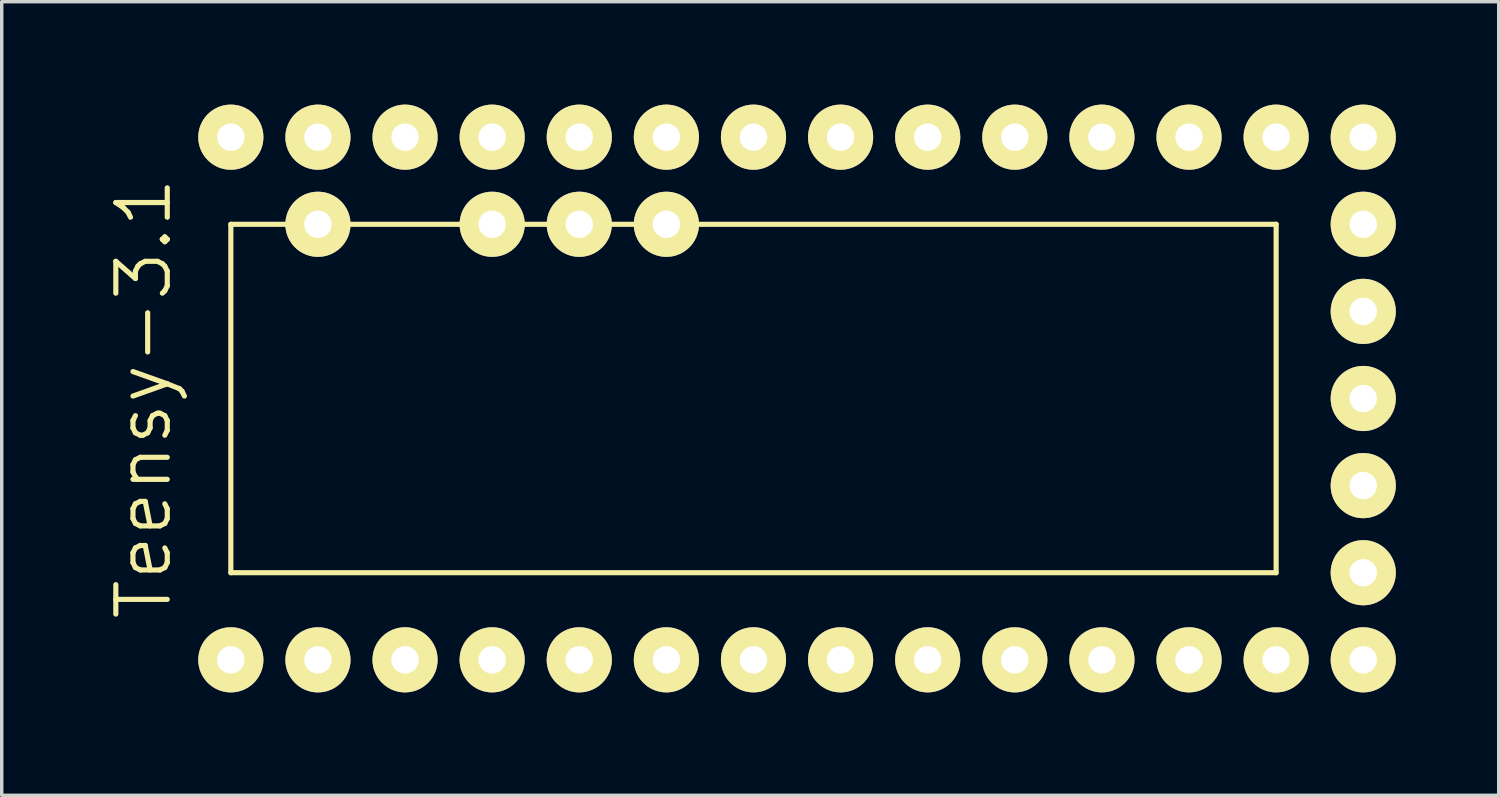
<source format=kicad_pcb>
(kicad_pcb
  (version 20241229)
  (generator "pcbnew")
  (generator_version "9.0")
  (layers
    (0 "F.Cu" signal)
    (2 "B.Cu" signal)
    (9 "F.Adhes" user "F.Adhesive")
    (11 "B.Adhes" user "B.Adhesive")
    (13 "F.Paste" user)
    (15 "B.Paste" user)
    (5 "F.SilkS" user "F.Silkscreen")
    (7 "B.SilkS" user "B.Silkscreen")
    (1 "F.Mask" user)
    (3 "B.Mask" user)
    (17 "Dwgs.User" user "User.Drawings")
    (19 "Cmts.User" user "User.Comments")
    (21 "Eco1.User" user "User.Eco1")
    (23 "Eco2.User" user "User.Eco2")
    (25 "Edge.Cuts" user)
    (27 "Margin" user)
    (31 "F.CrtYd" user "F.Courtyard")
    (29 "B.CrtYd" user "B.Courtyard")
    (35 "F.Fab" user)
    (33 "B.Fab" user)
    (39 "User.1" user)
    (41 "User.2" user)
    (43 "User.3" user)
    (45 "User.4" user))
  (footprint "Teensy-3.1"
    (layer "F.Cu")
    (at 6.221 16.19)
    (property "Reference" "Teensy-3.1" (at -5.08 -7.62 90) (layer "F.SilkS") (effects (font (size 1.5 1.5) (thickness 0.15))))
    (attr through_hole)
    (fp_line (start -2.54 -12.7) (end 27.94 -12.7) (stroke (width 0.15) (type solid)) (layer "F.SilkS"))
    (fp_line (start -2.54 -2.54) (end -2.54 -12.7) (stroke (width 0.15) (type solid)) (layer "F.SilkS"))
    (fp_line (start 27.94 -12.7) (end 27.94 -2.54) (stroke (width 0.15) (type solid)) (layer "F.SilkS"))
    (fp_line (start 27.94 -2.54) (end -2.54 -2.54) (stroke (width 0.15) (type solid)) (layer "F.SilkS"))
    (pad "0" thru_hole circle (at 0 0) (size 1.9 1.9) (drill 0.8) (layers "*.Cu" "*.Mask" "F.SilkS"))
    (pad "1" thru_hole circle (at 2.54 0) (size 1.9 1.9) (drill 0.8) (layers "*.Cu" "*.Mask" "F.SilkS"))
    (pad "2" thru_hole circle (at 5.08 0) (size 1.9 1.9) (drill 0.8) (layers "*.Cu" "*.Mask" "F.SilkS"))
    (pad "3" thru_hole circle (at 7.62 0) (size 1.9 1.9) (drill 0.8) (layers "*.Cu" "*.Mask" "F.SilkS"))
    (pad "4" thru_hole circle (at 10.16 0) (size 1.9 1.9) (drill 0.8) (layers "*.Cu" "*.Mask" "F.SilkS"))
    (pad "5" thru_hole circle (at 12.7 0) (size 1.9 1.9) (drill 0.8) (layers "*.Cu" "*.Mask" "F.SilkS"))
    (pad "6" thru_hole circle (at 15.24 0) (size 1.9 1.9) (drill 0.8) (layers "*.Cu" "*.Mask" "F.SilkS"))
    (pad "7" thru_hole circle (at 17.78 0) (size 1.9 1.9) (drill 0.8) (layers "*.Cu" "*.Mask" "F.SilkS"))
    (pad "8" thru_hole circle (at 20.32 0) (size 1.9 1.9) (drill 0.8) (layers "*.Cu" "*.Mask" "F.SilkS"))
    (pad "9" thru_hole circle (at 22.86 0) (size 1.9 1.9) (drill 0.8) (layers "*.Cu" "*.Mask" "F.SilkS"))
    (pad "10" thru_hole circle (at 25.4 0) (size 1.9 1.9) (drill 0.8) (layers "*.Cu" "*.Mask" "F.SilkS"))
    (pad "11" thru_hole circle (at 27.94 0) (size 1.9 1.9) (drill 0.8) (layers "*.Cu" "*.Mask" "F.SilkS"))
    (pad "12" thru_hole circle (at 30.48 0) (size 1.9 1.9) (drill 0.8) (layers "*.Cu" "*.Mask" "F.SilkS"))
    (pad "13" thru_hole circle (at 30.48 -15.24) (size 1.9 1.9) (drill 0.8) (layers "*.Cu" "*.Mask" "F.SilkS"))
    (pad "14" thru_hole circle (at 27.94 -15.24) (size 1.9 1.9) (drill 0.8) (layers "*.Cu" "*.Mask" "F.SilkS"))
    (pad "15" thru_hole circle (at 25.4 -15.24) (size 1.9 1.9) (drill 0.8) (layers "*.Cu" "*.Mask" "F.SilkS"))
    (pad "16" thru_hole circle (at 22.86 -15.24) (size 1.9 1.9) (drill 0.8) (layers "*.Cu" "*.Mask" "F.SilkS"))
    (pad "17" thru_hole circle (at 20.32 -15.24) (size 1.9 1.9) (drill 0.8) (layers "*.Cu" "*.Mask" "F.SilkS"))
    (pad "18" thru_hole circle (at 17.78 -15.24) (size 1.9 1.9) (drill 0.8) (layers "*.Cu" "*.Mask" "F.SilkS"))
    (pad "19" thru_hole circle (at 15.24 -15.24) (size 1.9 1.9) (drill 0.8) (layers "*.Cu" "*.Mask" "F.SilkS"))
    (pad "20" thru_hole circle (at 12.7 -15.24) (size 1.9 1.9) (drill 0.8) (layers "*.Cu" "*.Mask" "F.SilkS"))
    (pad "21" thru_hole circle (at 10.16 -15.24) (size 1.9 1.9) (drill 0.8) (layers "*.Cu" "*.Mask" "F.SilkS"))
    (pad "22" thru_hole circle (at 7.62 -15.24) (size 1.9 1.9) (drill 0.8) (layers "*.Cu" "*.Mask" "F.SilkS"))
    (pad "23" thru_hole circle (at 5.08 -15.24) (size 1.9 1.9) (drill 0.8) (layers "*.Cu" "*.Mask" "F.SilkS"))
    (pad "24" thru_hole circle (at 2.54 -15.24) (size 1.9 1.9) (drill 0.8) (layers "*.Cu" "*.Mask" "F.SilkS"))
    (pad "25" thru_hole circle (at 0 -15.24) (size 1.9 1.9) (drill 0.8) (layers "*.Cu" "*.Mask" "F.SilkS"))
    (pad "26" thru_hole circle (at -2.54 -15.24) (size 1.9 1.9) (drill 0.8) (layers "*.Cu" "*.Mask" "F.SilkS"))
    (pad "27" thru_hole circle (at -2.54 0) (size 1.9 1.9) (drill 0.8) (layers "*.Cu" "*.Mask" "F.SilkS"))
    (pad "28" thru_hole circle (at 30.48 -12.7) (size 1.9 1.9) (drill 0.8) (layers "*.Cu" "*.Mask" "F.SilkS"))
    (pad "29" thru_hole circle (at 30.48 -10.16) (size 1.9 1.9) (drill 0.8) (layers "*.Cu" "*.Mask" "F.SilkS"))
    (pad "30" thru_hole circle (at 30.48 -7.62) (size 1.9 1.9) (drill 0.8) (layers "*.Cu" "*.Mask" "F.SilkS"))
    (pad "31" thru_hole circle (at 30.48 -5.08) (size 1.9 1.9) (drill 0.8) (layers "*.Cu" "*.Mask" "F.SilkS"))
    (pad "32" thru_hole circle (at 30.48 -2.54) (size 1.9 1.9) (drill 0.8) (layers "*.Cu" "*.Mask" "F.SilkS"))
    (pad "33" thru_hole circle (at 0 -12.7) (size 1.9 1.9) (drill 0.8) (layers "*.Cu" "*.Mask" "F.SilkS"))
    (pad "34" thru_hole circle (at 5.08 -12.7) (size 1.9 1.9) (drill 0.8) (layers "*.Cu" "*.Mask" "F.SilkS"))
    (pad "35" thru_hole circle (at 7.62 -12.7) (size 1.9 1.9) (drill 0.8) (layers "*.Cu" "*.Mask" "F.SilkS"))
    (pad "36" thru_hole circle (at 10.16 -12.7) (size 1.9 1.9) (drill 0.8) (layers "*.Cu" "*.Mask" "F.SilkS")))
  (gr_rect
    (start -3 -3)
    (end 40.651 20.14)
    (stroke (width 0.1) (type default))
    (fill no)
    (layer "Edge.Cuts")))
</source>
